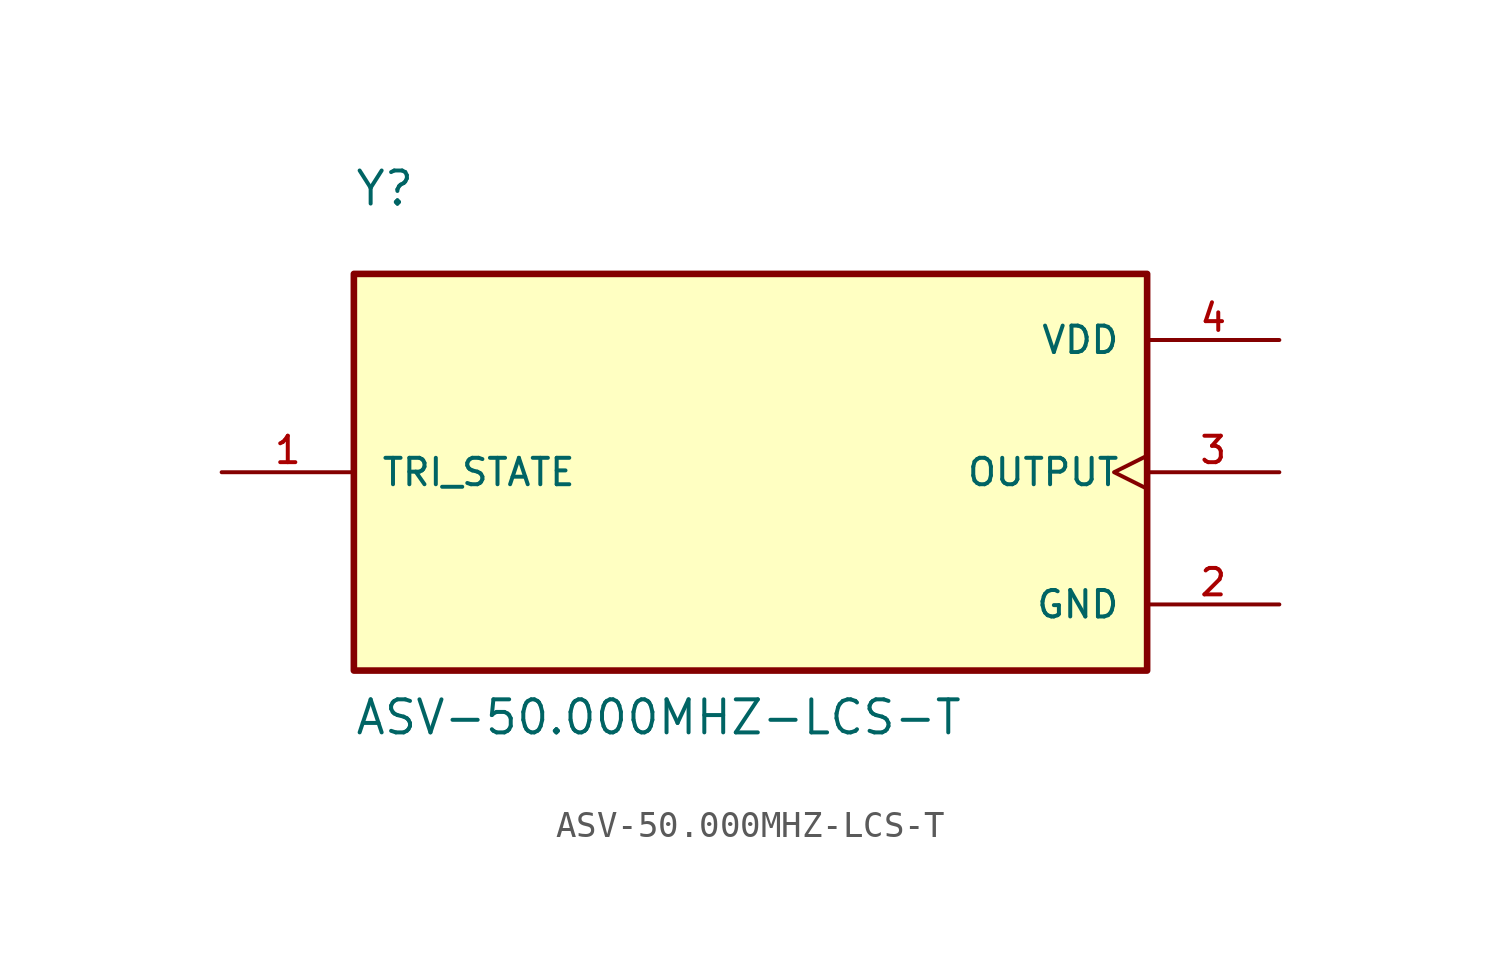
<source format=kicad_sym>
(kicad_symbol_lib
  (version 20211014)
  (generator kicad_symbol_editor)
  (symbol "ASV-50.000MHZ-LCS-T"
    (pin_names
      (offset 1.016))
    (property "Reference" "Y"
      (at -15.24 10.16 0)
      (effects (font (size 1.27 1.27)) (justify bottom left)))
    (property "Value" "ASV-50.000MHZ-LCS-T"
      (at -15.24 -10.16 0)
      (effects (font (size 1.27 1.27)) (justify bottom left)))
    (symbol "ASV-50.000MHZ-LCS-T_0_0"
      (rectangle (start -15.24 -7.62) (end 15.24 7.62) (stroke (width 0.254)) (fill (type background)))
      (pin power_in line (at 20.32 5.08 180.0) (length 5.08) (name "VDD" (effects (font (size 1.016 1.016)))) (number "4" (effects (font (size 1.016 1.016)))))
      (pin input line (at -20.32 0.0 0) (length 5.08) (name "TRI_STATE" (effects (font (size 1.016 1.016)))) (number "1" (effects (font (size 1.016 1.016)))))
      (pin power_in line (at 20.32 -5.08 180.0) (length 5.08) (name "GND" (effects (font (size 1.016 1.016)))) (number "2" (effects (font (size 1.016 1.016)))))
      (pin output clock (at 20.32 0.0 180.0) (length 5.08) (name "OUTPUT" (effects (font (size 1.016 1.016)))) (number "3" (effects (font (size 1.016 1.016))))))))
</source>
